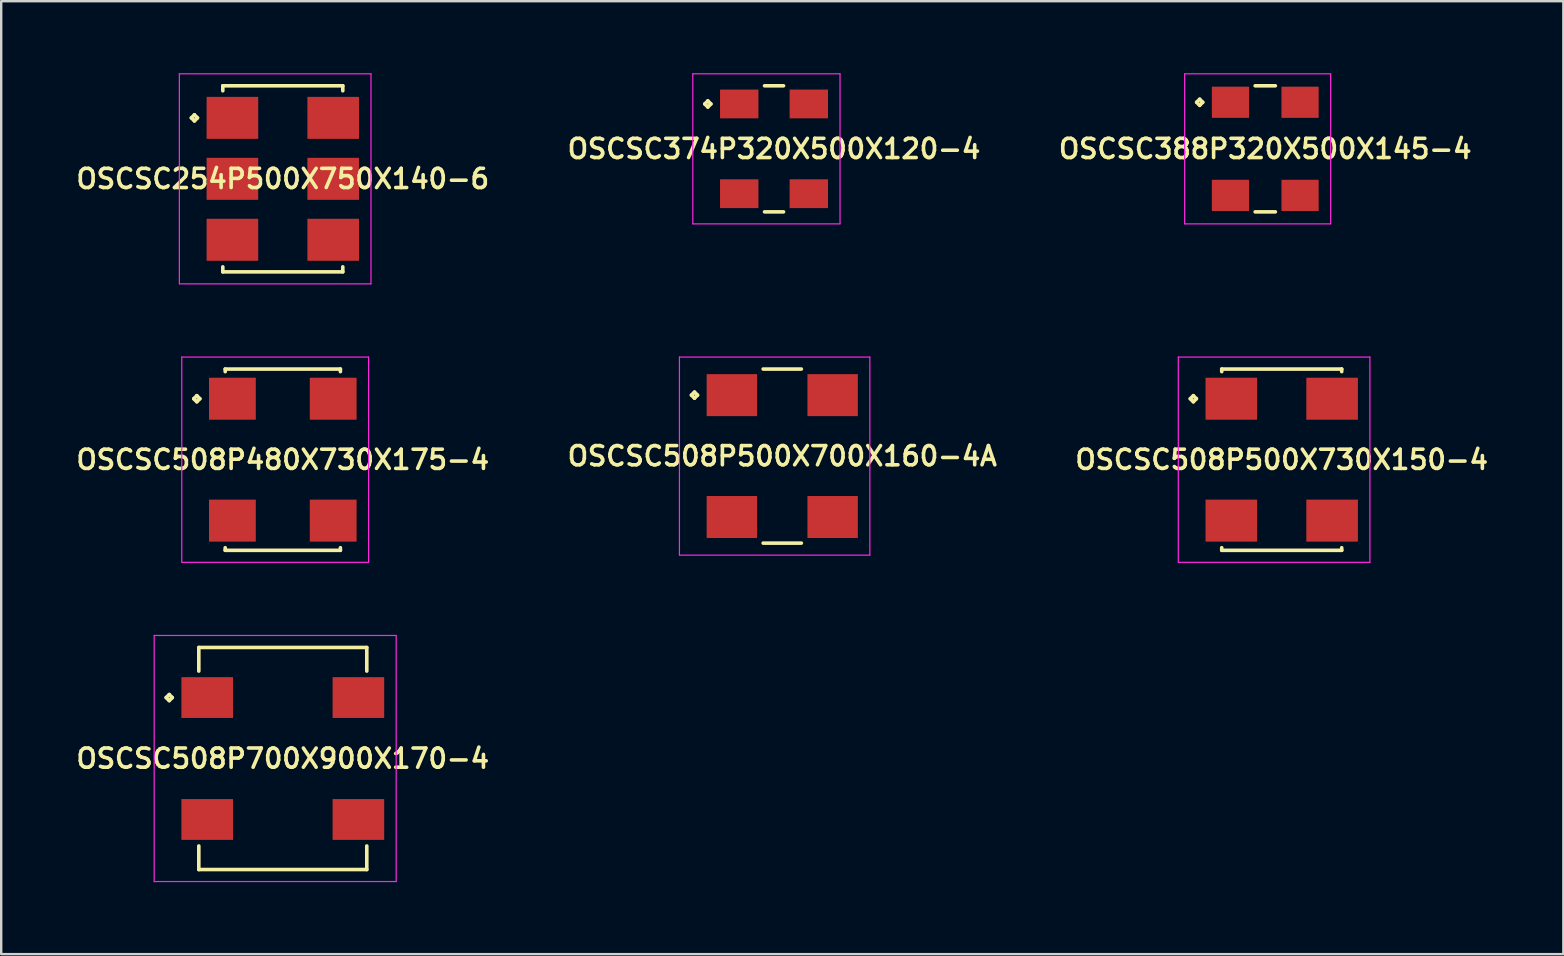
<source format=kicad_pcb>
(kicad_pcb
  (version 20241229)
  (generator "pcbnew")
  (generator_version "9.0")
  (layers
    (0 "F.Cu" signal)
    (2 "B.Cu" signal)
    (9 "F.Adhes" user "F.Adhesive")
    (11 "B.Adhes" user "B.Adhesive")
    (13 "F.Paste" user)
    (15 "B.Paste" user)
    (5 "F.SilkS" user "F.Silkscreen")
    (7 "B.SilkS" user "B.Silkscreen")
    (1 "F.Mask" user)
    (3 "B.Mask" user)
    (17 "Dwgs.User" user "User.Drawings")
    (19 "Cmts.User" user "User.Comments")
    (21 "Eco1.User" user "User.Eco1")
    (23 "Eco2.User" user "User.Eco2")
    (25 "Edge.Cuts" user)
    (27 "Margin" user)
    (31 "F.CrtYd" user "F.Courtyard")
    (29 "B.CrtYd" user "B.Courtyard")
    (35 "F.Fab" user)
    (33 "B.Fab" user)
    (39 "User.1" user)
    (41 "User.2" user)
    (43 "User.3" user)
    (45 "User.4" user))
  (footprint "OSCSC508P480X730X175-4"
    (layer "F.Cu")
    (at 8.735 16.106)
    (property "Reference" "OSCSC508P480X730X175-4" (at 0 0 0) (layer "F.SilkS") (effects (font (size 0.8 0.8) (thickness 0.15))))
    (attr smd)
    (fp_line (start -3.71 -2.54) (end -3.583 -2.667) (stroke (width 0.15) (type solid)) (layer "F.SilkS"))
    (fp_line (start -3.583 -2.667) (end -3.456 -2.54) (stroke (width 0.15) (type solid)) (layer "F.SilkS"))
    (fp_line (start -3.583 -2.413) (end -3.71 -2.54) (stroke (width 0.15) (type solid)) (layer "F.SilkS"))
    (fp_line (start -3.456 -2.54) (end -3.583 -2.413) (stroke (width 0.15) (type solid)) (layer "F.SilkS"))
    (fp_line (start -2.4 -3.777) (end 2.4 -3.777) (stroke (width 0.15) (type solid)) (layer "F.SilkS"))
    (fp_line (start -2.4 -3.669) (end -2.4 -3.777) (stroke (width 0.15) (type solid)) (layer "F.SilkS"))
    (fp_line (start -2.4 3.669) (end -2.4 3.777) (stroke (width 0.15) (type solid)) (layer "F.SilkS"))
    (fp_line (start -2.4 3.777) (end 2.4 3.777) (stroke (width 0.15) (type solid)) (layer "F.SilkS"))
    (fp_line (start 2.4 -3.777) (end 2.4 -3.669) (stroke (width 0.15) (type solid)) (layer "F.SilkS"))
    (fp_line (start 2.4 3.777) (end 2.4 3.669) (stroke (width 0.15) (type solid)) (layer "F.SilkS"))
    (fp_line (start -4.21 -4.277) (end 3.575 -4.277) (stroke (width 0.05) (type solid)) (layer "F.CrtYd"))
    (fp_line (start -4.21 4.277) (end -4.21 -4.277) (stroke (width 0.05) (type solid)) (layer "F.CrtYd"))
    (fp_line (start 3.575 -4.277) (end 3.575 4.277) (stroke (width 0.05) (type solid)) (layer "F.CrtYd"))
    (fp_line (start 3.575 4.277) (end -4.21 4.277) (stroke (width 0.05) (type solid)) (layer "F.CrtYd"))
    (pad "1" smd rect (at -2.1 -2.54) (size 1.95 1.75) (layers "F.Cu" "F.Mask" "F.Paste"))
    (pad "2" smd rect (at -2.1 2.54) (size 1.95 1.75) (layers "F.Cu" "F.Mask" "F.Paste"))
    (pad "3" smd rect (at 2.1 2.54) (size 1.95 1.75) (layers "F.Cu" "F.Mask" "F.Paste"))
    (pad "4" smd rect (at 2.1 -2.54) (size 1.95 1.75) (layers "F.Cu" "F.Mask" "F.Paste")))
  (footprint "OSCSC508P700X900X170-4"
    (layer "F.Cu")
    (at 8.735 28.56)
    (property "Reference" "OSCSC508P700X900X170-4" (at 0 0 0) (layer "F.SilkS") (effects (font (size 0.8 0.8) (thickness 0.15))))
    (attr smd)
    (fp_line (start -4.86 -2.54) (end -4.733 -2.667) (stroke (width 0.15) (type solid)) (layer "F.SilkS"))
    (fp_line (start -4.733 -2.667) (end -4.606 -2.54) (stroke (width 0.15) (type solid)) (layer "F.SilkS"))
    (fp_line (start -4.733 -2.413) (end -4.86 -2.54) (stroke (width 0.15) (type solid)) (layer "F.SilkS"))
    (fp_line (start -4.606 -2.54) (end -4.733 -2.413) (stroke (width 0.15) (type solid)) (layer "F.SilkS"))
    (fp_line (start -3.5 -4.627) (end 3.5 -4.627) (stroke (width 0.15) (type solid)) (layer "F.SilkS"))
    (fp_line (start -3.5 -3.644) (end -3.5 -4.627) (stroke (width 0.15) (type solid)) (layer "F.SilkS"))
    (fp_line (start -3.5 3.644) (end -3.5 4.627) (stroke (width 0.15) (type solid)) (layer "F.SilkS"))
    (fp_line (start -3.5 4.627) (end 3.5 4.627) (stroke (width 0.15) (type solid)) (layer "F.SilkS"))
    (fp_line (start 3.5 -4.627) (end 3.5 -3.644) (stroke (width 0.15) (type solid)) (layer "F.SilkS"))
    (fp_line (start 3.5 4.627) (end 3.5 3.644) (stroke (width 0.15) (type solid)) (layer "F.SilkS"))
    (fp_line (start -5.36 -5.127) (end 4.725 -5.127) (stroke (width 0.05) (type solid)) (layer "F.CrtYd"))
    (fp_line (start -5.36 5.127) (end -5.36 -5.127) (stroke (width 0.05) (type solid)) (layer "F.CrtYd"))
    (fp_line (start 4.725 -5.127) (end 4.725 5.127) (stroke (width 0.05) (type solid)) (layer "F.CrtYd"))
    (fp_line (start 4.725 5.127) (end -5.36 5.127) (stroke (width 0.05) (type solid)) (layer "F.CrtYd"))
    (pad "1" smd rect (at -3.15 -2.54) (size 2.15 1.7) (layers "F.Cu" "F.Mask" "F.Paste"))
    (pad "2" smd rect (at -3.15 2.54) (size 2.15 1.7) (layers "F.Cu" "F.Mask" "F.Paste"))
    (pad "3" smd rect (at 3.15 2.54) (size 2.15 1.7) (layers "F.Cu" "F.Mask" "F.Paste"))
    (pad "4" smd rect (at 3.15 -2.54) (size 2.15 1.7) (layers "F.Cu" "F.Mask" "F.Paste")))
  (footprint "OSCSC374P320X500X120-4"
    (layer "F.Cu")
    (at 29.206 3.152)
    (property "Reference" "OSCSC374P320X500X120-4" (at 0 0 0) (layer "F.SilkS") (effects (font (size 0.8 0.8) (thickness 0.15))))
    (attr smd)
    (fp_line (start -2.885 -1.87) (end -2.758 -1.997) (stroke (width 0.15) (type solid)) (layer "F.SilkS"))
    (fp_line (start -2.758 -1.997) (end -2.631 -1.87) (stroke (width 0.15) (type solid)) (layer "F.SilkS"))
    (fp_line (start -2.758 -1.743) (end -2.885 -1.87) (stroke (width 0.15) (type solid)) (layer "F.SilkS"))
    (fp_line (start -2.631 -1.87) (end -2.758 -1.743) (stroke (width 0.15) (type solid)) (layer "F.SilkS"))
    (fp_line (start -0.396 -2.627) (end 0.396 -2.627) (stroke (width 0.15) (type solid)) (layer "F.SilkS"))
    (fp_line (start -0.396 2.627) (end 0.396 2.627) (stroke (width 0.15) (type solid)) (layer "F.SilkS"))
    (fp_line (start -3.385 -3.127) (end 2.75 -3.127) (stroke (width 0.05) (type solid)) (layer "F.CrtYd"))
    (fp_line (start -3.385 3.127) (end -3.385 -3.127) (stroke (width 0.05) (type solid)) (layer "F.CrtYd"))
    (fp_line (start 2.75 -3.127) (end 2.75 3.127) (stroke (width 0.05) (type solid)) (layer "F.CrtYd"))
    (fp_line (start 2.75 3.127) (end -3.385 3.127) (stroke (width 0.05) (type solid)) (layer "F.CrtYd"))
    (pad "1" smd rect (at -1.45 -1.87) (size 1.6 1.2) (layers "F.Cu" "F.Mask" "F.Paste"))
    (pad "2" smd rect (at -1.45 1.87) (size 1.6 1.2) (layers "F.Cu" "F.Mask" "F.Paste"))
    (pad "3" smd rect (at 1.45 1.87) (size 1.6 1.2) (layers "F.Cu" "F.Mask" "F.Paste"))
    (pad "4" smd rect (at 1.45 -1.87) (size 1.6 1.2) (layers "F.Cu" "F.Mask" "F.Paste")))
  (footprint "OSCSC508P500X730X150-4"
    (layer "F.Cu")
    (at 50.363 16.106)
    (property "Reference" "OSCSC508P500X730X150-4" (at 0 0 0) (layer "F.SilkS") (effects (font (size 0.8 0.8) (thickness 0.15))))
    (attr smd)
    (fp_line (start -3.81 -2.54) (end -3.683 -2.667) (stroke (width 0.15) (type solid)) (layer "F.SilkS"))
    (fp_line (start -3.683 -2.667) (end -3.556 -2.54) (stroke (width 0.15) (type solid)) (layer "F.SilkS"))
    (fp_line (start -3.683 -2.413) (end -3.81 -2.54) (stroke (width 0.15) (type solid)) (layer "F.SilkS"))
    (fp_line (start -3.556 -2.54) (end -3.683 -2.413) (stroke (width 0.15) (type solid)) (layer "F.SilkS"))
    (fp_line (start -2.5 -3.777) (end 2.5 -3.777) (stroke (width 0.15) (type solid)) (layer "F.SilkS"))
    (fp_line (start -2.5 -3.669) (end -2.5 -3.777) (stroke (width 0.15) (type solid)) (layer "F.SilkS"))
    (fp_line (start -2.5 3.669) (end -2.5 3.777) (stroke (width 0.15) (type solid)) (layer "F.SilkS"))
    (fp_line (start -2.5 3.777) (end 2.5 3.777) (stroke (width 0.15) (type solid)) (layer "F.SilkS"))
    (fp_line (start 2.5 -3.777) (end 2.5 -3.669) (stroke (width 0.15) (type solid)) (layer "F.SilkS"))
    (fp_line (start 2.5 3.777) (end 2.5 3.669) (stroke (width 0.15) (type solid)) (layer "F.SilkS"))
    (fp_line (start -4.31 -4.277) (end 3.675 -4.277) (stroke (width 0.05) (type solid)) (layer "F.CrtYd"))
    (fp_line (start -4.31 4.277) (end -4.31 -4.277) (stroke (width 0.05) (type solid)) (layer "F.CrtYd"))
    (fp_line (start 3.675 -4.277) (end 3.675 4.277) (stroke (width 0.05) (type solid)) (layer "F.CrtYd"))
    (fp_line (start 3.675 4.277) (end -4.31 4.277) (stroke (width 0.05) (type solid)) (layer "F.CrtYd"))
    (pad "1" smd rect (at -2.1 -2.54) (size 2.15 1.75) (layers "F.Cu" "F.Mask" "F.Paste"))
    (pad "2" smd rect (at -2.1 2.54) (size 2.15 1.75) (layers "F.Cu" "F.Mask" "F.Paste"))
    (pad "3" smd rect (at 2.1 2.54) (size 2.15 1.75) (layers "F.Cu" "F.Mask" "F.Paste"))
    (pad "4" smd rect (at 2.1 -2.54) (size 2.15 1.75) (layers "F.Cu" "F.Mask" "F.Paste")))
  (footprint "OSCSC508P500X700X160-4A"
    (layer "F.Cu")
    (at 29.549 15.956)
    (property "Reference" "OSCSC508P500X700X160-4A" (at 0 0 0) (layer "F.SilkS") (effects (font (size 0.8 0.8) (thickness 0.15))))
    (attr smd)
    (fp_line (start -3.785 -2.54) (end -3.658 -2.667) (stroke (width 0.15) (type solid)) (layer "F.SilkS"))
    (fp_line (start -3.658 -2.667) (end -3.531 -2.54) (stroke (width 0.15) (type solid)) (layer "F.SilkS"))
    (fp_line (start -3.658 -2.413) (end -3.785 -2.54) (stroke (width 0.15) (type solid)) (layer "F.SilkS"))
    (fp_line (start -3.531 -2.54) (end -3.658 -2.413) (stroke (width 0.15) (type solid)) (layer "F.SilkS"))
    (fp_line (start -0.796 -3.627) (end 0.796 -3.627) (stroke (width 0.15) (type solid)) (layer "F.SilkS"))
    (fp_line (start -0.796 3.627) (end 0.796 3.627) (stroke (width 0.15) (type solid)) (layer "F.SilkS"))
    (fp_line (start -4.285 -4.127) (end 3.65 -4.127) (stroke (width 0.05) (type solid)) (layer "F.CrtYd"))
    (fp_line (start -4.285 4.127) (end -4.285 -4.127) (stroke (width 0.05) (type solid)) (layer "F.CrtYd"))
    (fp_line (start 3.65 -4.127) (end 3.65 4.127) (stroke (width 0.05) (type solid)) (layer "F.CrtYd"))
    (fp_line (start 3.65 4.127) (end -4.285 4.127) (stroke (width 0.05) (type solid)) (layer "F.CrtYd"))
    (pad "1" smd rect (at -2.1 -2.54) (size 2.1 1.75) (layers "F.Cu" "F.Mask" "F.Paste"))
    (pad "2" smd rect (at -2.1 2.54) (size 2.1 1.75) (layers "F.Cu" "F.Mask" "F.Paste"))
    (pad "3" smd rect (at 2.1 2.54) (size 2.1 1.75) (layers "F.Cu" "F.Mask" "F.Paste"))
    (pad "4" smd rect (at 2.1 -2.54) (size 2.1 1.75) (layers "F.Cu" "F.Mask" "F.Paste")))
  (footprint "OSCSC388P320X500X145-4"
    (layer "F.Cu")
    (at 49.677 3.152)
    (property "Reference" "OSCSC388P320X500X145-4" (at 0 0 0) (layer "F.SilkS") (effects (font (size 0.8 0.8) (thickness 0.15))))
    (attr smd)
    (fp_line (start -2.86 -1.94) (end -2.733 -2.067) (stroke (width 0.15) (type solid)) (layer "F.SilkS"))
    (fp_line (start -2.733 -2.067) (end -2.606 -1.94) (stroke (width 0.15) (type solid)) (layer "F.SilkS"))
    (fp_line (start -2.733 -1.813) (end -2.86 -1.94) (stroke (width 0.15) (type solid)) (layer "F.SilkS"))
    (fp_line (start -2.606 -1.94) (end -2.733 -1.813) (stroke (width 0.15) (type solid)) (layer "F.SilkS"))
    (fp_line (start -0.421 -2.627) (end 0.421 -2.627) (stroke (width 0.15) (type solid)) (layer "F.SilkS"))
    (fp_line (start -0.421 2.627) (end 0.421 2.627) (stroke (width 0.15) (type solid)) (layer "F.SilkS"))
    (fp_line (start -3.36 -3.127) (end 2.725 -3.127) (stroke (width 0.05) (type solid)) (layer "F.CrtYd"))
    (fp_line (start -3.36 3.127) (end -3.36 -3.127) (stroke (width 0.05) (type solid)) (layer "F.CrtYd"))
    (fp_line (start 2.725 -3.127) (end 2.725 3.127) (stroke (width 0.05) (type solid)) (layer "F.CrtYd"))
    (fp_line (start 2.725 3.127) (end -3.36 3.127) (stroke (width 0.05) (type solid)) (layer "F.CrtYd"))
    (pad "1" smd rect (at -1.45 -1.94) (size 1.55 1.3) (layers "F.Cu" "F.Mask" "F.Paste"))
    (pad "2" smd rect (at -1.45 1.94) (size 1.55 1.3) (layers "F.Cu" "F.Mask" "F.Paste"))
    (pad "3" smd rect (at 1.45 1.94) (size 1.55 1.3) (layers "F.Cu" "F.Mask" "F.Paste"))
    (pad "4" smd rect (at 1.45 -1.94) (size 1.55 1.3) (layers "F.Cu" "F.Mask" "F.Paste")))
  (footprint "OSCSC254P500X750X140-6"
    (layer "F.Cu")
    (at 8.735 4.402)
    (property "Reference" "OSCSC254P500X750X140-6" (at 0 0 0) (layer "F.SilkS") (effects (font (size 0.8 0.8) (thickness 0.15))))
    (attr smd)
    (fp_line (start -3.81 -2.54) (end -3.683 -2.667) (stroke (width 0.15) (type solid)) (layer "F.SilkS"))
    (fp_line (start -3.683 -2.667) (end -3.556 -2.54) (stroke (width 0.15) (type solid)) (layer "F.SilkS"))
    (fp_line (start -3.683 -2.413) (end -3.81 -2.54) (stroke (width 0.15) (type solid)) (layer "F.SilkS"))
    (fp_line (start -3.556 -2.54) (end -3.683 -2.413) (stroke (width 0.15) (type solid)) (layer "F.SilkS"))
    (fp_line (start -2.5 -3.877) (end 2.5 -3.877) (stroke (width 0.15) (type solid)) (layer "F.SilkS"))
    (fp_line (start -2.5 -3.669) (end -2.5 -3.877) (stroke (width 0.15) (type solid)) (layer "F.SilkS"))
    (fp_line (start -2.5 3.669) (end -2.5 3.877) (stroke (width 0.15) (type solid)) (layer "F.SilkS"))
    (fp_line (start -2.5 3.877) (end 2.5 3.877) (stroke (width 0.15) (type solid)) (layer "F.SilkS"))
    (fp_line (start 2.5 -3.877) (end 2.5 -3.669) (stroke (width 0.15) (type solid)) (layer "F.SilkS"))
    (fp_line (start 2.5 3.877) (end 2.5 3.669) (stroke (width 0.15) (type solid)) (layer "F.SilkS"))
    (fp_line (start -4.31 -4.377) (end 3.675 -4.377) (stroke (width 0.05) (type solid)) (layer "F.CrtYd"))
    (fp_line (start -4.31 4.377) (end -4.31 -4.377) (stroke (width 0.05) (type solid)) (layer "F.CrtYd"))
    (fp_line (start 3.675 -4.377) (end 3.675 4.377) (stroke (width 0.05) (type solid)) (layer "F.CrtYd"))
    (fp_line (start 3.675 4.377) (end -4.31 4.377) (stroke (width 0.05) (type solid)) (layer "F.CrtYd"))
    (pad "1" smd rect (at -2.1 -2.54) (size 2.15 1.75) (layers "F.Cu" "F.Mask" "F.Paste"))
    (pad "2" smd rect (at -2.1 0) (size 2.15 1.75) (layers "F.Cu" "F.Mask" "F.Paste"))
    (pad "3" smd rect (at -2.1 2.54) (size 2.15 1.75) (layers "F.Cu" "F.Mask" "F.Paste"))
    (pad "4" smd rect (at 2.1 2.54) (size 2.15 1.75) (layers "F.Cu" "F.Mask" "F.Paste"))
    (pad "5" smd rect (at 2.1 0) (size 2.15 1.75) (layers "F.Cu" "F.Mask" "F.Paste"))
    (pad "6" smd rect (at 2.1 -2.54) (size 2.15 1.75) (layers "F.Cu" "F.Mask" "F.Paste")))
  (gr_rect
    (start -3 -3)
    (end 62.099 36.712)
    (stroke (width 0.1) (type default))
    (fill no)
    (layer "Edge.Cuts")))
</source>
